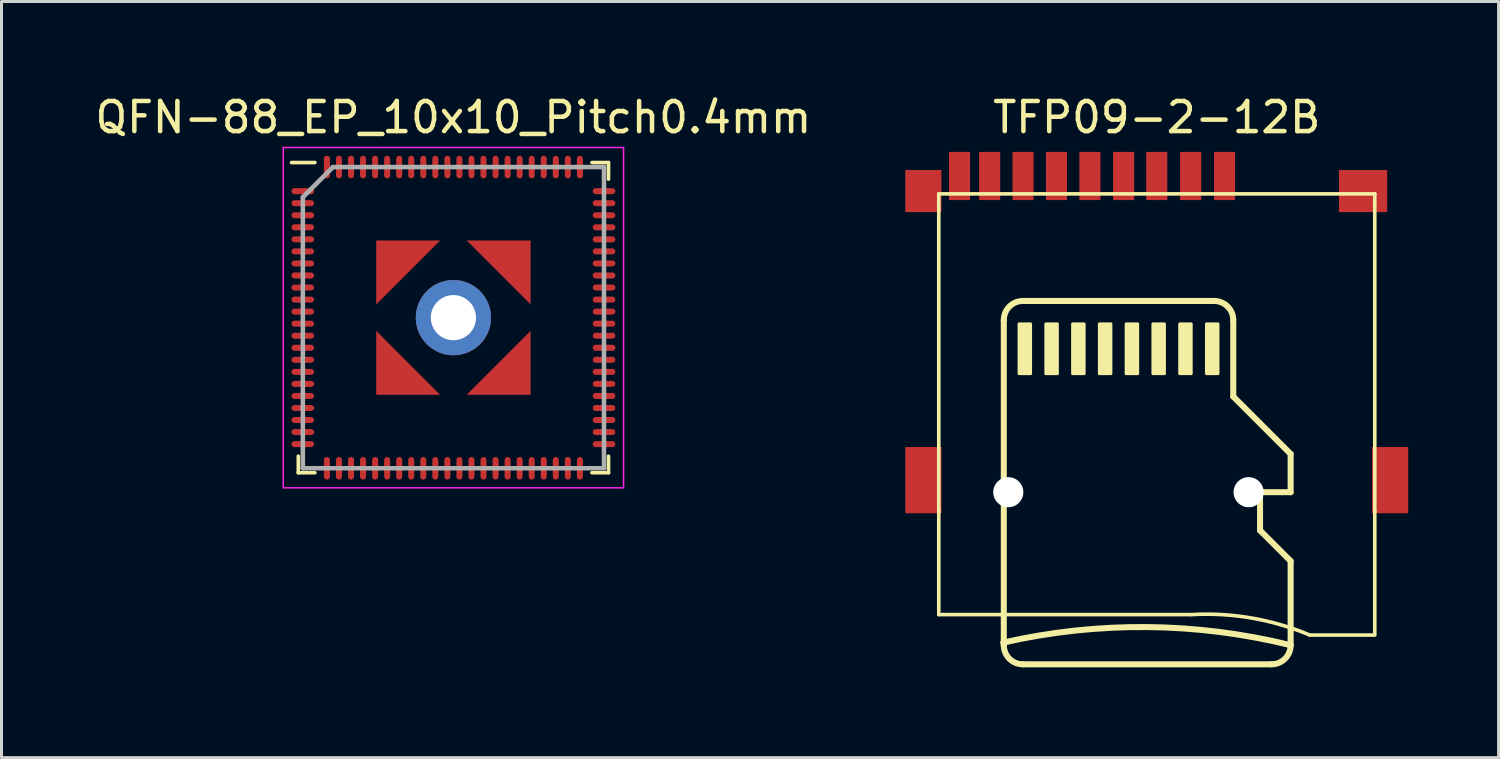
<source format=kicad_pcb>
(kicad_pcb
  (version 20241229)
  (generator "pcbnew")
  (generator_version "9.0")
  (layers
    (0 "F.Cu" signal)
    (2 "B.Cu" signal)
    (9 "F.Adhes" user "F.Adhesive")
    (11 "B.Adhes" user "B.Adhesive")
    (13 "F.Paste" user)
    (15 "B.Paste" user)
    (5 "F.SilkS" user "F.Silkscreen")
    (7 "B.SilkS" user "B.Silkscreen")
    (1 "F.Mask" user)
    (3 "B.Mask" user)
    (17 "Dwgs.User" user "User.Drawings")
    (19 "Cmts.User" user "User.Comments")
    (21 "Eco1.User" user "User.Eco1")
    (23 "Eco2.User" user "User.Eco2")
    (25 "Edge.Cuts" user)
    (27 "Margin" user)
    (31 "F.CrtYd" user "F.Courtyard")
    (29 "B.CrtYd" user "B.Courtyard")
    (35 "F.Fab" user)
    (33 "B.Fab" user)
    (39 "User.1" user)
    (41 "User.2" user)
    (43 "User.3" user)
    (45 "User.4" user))
  (footprint "TFP09-2-12B"
    (layer "F.Cu")
    (at 35.362 13.294)
    (property "Reference" "TFP09-2-12B" (at 0 -12.446 0) (layer "F.SilkS") (effects (font (size 1 1) (thickness 0.15))))
    (attr through_hole)
    (fp_line (start -7.239 -9.906) (end -7.239 0.635) (stroke (width 0.12) (type solid)) (layer "F.SilkS"))
    (fp_line (start -7.239 -9.906) (end 7.239 -9.906) (stroke (width 0.12) (type solid)) (layer "F.SilkS"))
    (fp_line (start -7.239 4.064) (end -7.239 0.635) (stroke (width 0.12) (type solid)) (layer "F.SilkS"))
    (fp_line (start -5.08 5.08) (end -5.08 -5.715) (stroke (width 0.2) (type solid)) (layer "F.SilkS"))
    (fp_line (start -4.445 -6.35) (end 1.905 -6.35) (stroke (width 0.2) (type solid)) (layer "F.SilkS"))
    (fp_line (start 1.143 4.064) (end -7.239 4.064) (stroke (width 0.12) (type solid)) (layer "F.SilkS"))
    (fp_line (start 2.54 -5.715) (end 2.54 -3.175) (stroke (width 0.2) (type solid)) (layer "F.SilkS"))
    (fp_line (start 2.54 -3.175) (end 4.445 -1.27) (stroke (width 0.2) (type solid)) (layer "F.SilkS"))
    (fp_line (start 3.429 0) (end 3.429 1.27) (stroke (width 0.2) (type solid)) (layer "F.SilkS"))
    (fp_line (start 3.429 1.27) (end 4.445 2.286) (stroke (width 0.2) (type solid)) (layer "F.SilkS"))
    (fp_line (start 3.81 5.715) (end -4.445 5.715) (stroke (width 0.2) (type solid)) (layer "F.SilkS"))
    (fp_line (start 4.445 -1.27) (end 4.445 0) (stroke (width 0.2) (type solid)) (layer "F.SilkS"))
    (fp_line (start 4.445 0) (end 3.429 0) (stroke (width 0.2) (type solid)) (layer "F.SilkS"))
    (fp_line (start 4.445 2.286) (end 4.445 5.08) (stroke (width 0.2) (type solid)) (layer "F.SilkS"))
    (fp_line (start 5.08 4.744) (end 7.239 4.744) (stroke (width 0.12) (type solid)) (layer "F.SilkS"))
    (fp_line (start 7.239 -9.906) (end 7.239 0.635) (stroke (width 0.12) (type solid)) (layer "F.SilkS"))
    (fp_line (start 7.239 0.635) (end 7.239 4.699) (stroke (width 0.12) (type solid)) (layer "F.SilkS"))
    (fp_arc (start -5.099167 4.994134) (mid -0.322059 4.478587) (end 4.444999 5.080001) (stroke (width 0.2) (type solid)) (layer "F.SilkS"))
    (fp_arc (start -5.08 -5.715) (mid -4.894013 -6.164013) (end -4.445 -6.35) (stroke (width 0.2) (type solid)) (layer "F.SilkS"))
    (fp_arc (start -4.445 5.715) (mid -4.894013 5.529013) (end -5.08 5.08) (stroke (width 0.2) (type solid)) (layer "F.SilkS"))
    (fp_arc (start 1.161661 4.064) (mid 3.159656 4.180377) (end 5.08 4.744119) (stroke (width 0.12) (type solid)) (layer "F.SilkS"))
    (fp_arc (start 1.905 -6.35) (mid 2.354013 -6.164013) (end 2.54 -5.715) (stroke (width 0.2) (type solid)) (layer "F.SilkS"))
    (fp_arc (start 4.445 5.08) (mid 4.259013 5.529013) (end 3.81 5.715) (stroke (width 0.2) (type solid)) (layer "F.SilkS"))
    (fp_poly (pts (xy -4.191 -3.937) (xy -4.572 -3.937) (xy -4.572 -5.588) (xy -4.191 -5.588)) (stroke (width 0.1) (type solid)) (fill yes) (layer "F.SilkS"))
    (fp_poly (pts (xy -3.302 -3.937) (xy -3.683 -3.937) (xy -3.683 -5.588) (xy -3.302 -5.588)) (stroke (width 0.1) (type solid)) (fill yes) (layer "F.SilkS"))
    (fp_poly (pts (xy -2.413 -3.937) (xy -2.794 -3.937) (xy -2.794 -5.588) (xy -2.413 -5.588)) (stroke (width 0.1) (type solid)) (fill yes) (layer "F.SilkS"))
    (fp_poly (pts (xy -1.524 -3.937) (xy -1.905 -3.937) (xy -1.905 -5.588) (xy -1.524 -5.588)) (stroke (width 0.1) (type solid)) (fill yes) (layer "F.SilkS"))
    (fp_poly (pts (xy -0.635 -3.937) (xy -1.016 -3.937) (xy -1.016 -5.588) (xy -0.635 -5.588)) (stroke (width 0.1) (type solid)) (fill yes) (layer "F.SilkS"))
    (fp_poly (pts (xy 0.254 -3.937) (xy -0.127 -3.937) (xy -0.127 -5.588) (xy 0.254 -5.588)) (stroke (width 0.1) (type solid)) (fill yes) (layer "F.SilkS"))
    (fp_poly (pts (xy 1.143 -3.937) (xy 0.762 -3.937) (xy 0.762 -5.588) (xy 1.143 -5.588)) (stroke (width 0.1) (type solid)) (fill yes) (layer "F.SilkS"))
    (fp_poly (pts (xy 2.032 -3.937) (xy 1.651 -3.937) (xy 1.651 -5.588) (xy 2.032 -5.588)) (stroke (width 0.1) (type solid)) (fill yes) (layer "F.SilkS"))
    (pad "" np_thru_hole circle (at -4.93 0) (size 1 1) (drill 1) (layers "*.Cu" "*.Mask"))
    (pad "" np_thru_hole circle (at 3.05 0) (size 1 1) (drill 1) (layers "*.Cu" "*.Mask"))
    (pad "1" smd rect (at 2.25 -10.5) (size 0.7 1.6) (layers "F.Cu" "F.Mask" "F.Paste"))
    (pad "2" smd rect (at 1.125 -10.5) (size 0.7 1.6) (layers "F.Cu" "F.Mask" "F.Paste"))
    (pad "3" smd rect (at 0 -10.5) (size 0.7 1.6) (layers "F.Cu" "F.Mask" "F.Paste"))
    (pad "4" smd rect (at -1.1 -10.5) (size 0.7 1.6) (layers "F.Cu" "F.Mask" "F.Paste"))
    (pad "5" smd rect (at -2.22 -10.5) (size 0.7 1.6) (layers "F.Cu" "F.Mask" "F.Paste"))
    (pad "6" smd rect (at -3.33 -10.5) (size 0.7 1.6) (layers "F.Cu" "F.Mask" "F.Paste"))
    (pad "7" smd rect (at -4.44 -10.5) (size 0.7 1.6) (layers "F.Cu" "F.Mask" "F.Paste"))
    (pad "8" smd rect (at -5.55 -10.5) (size 0.7 1.6) (layers "F.Cu" "F.Mask" "F.Paste"))
    (pad "Cd" smd rect (at -6.55 -10.5) (size 0.7 1.6) (layers "F.Cu" "F.Mask" "F.Paste"))
    (pad "G" smd rect (at -7.75 -10) (size 1.2 1.4) (layers "F.Cu" "F.Mask" "F.Paste"))
    (pad "S" smd rect (at 6.85 -10) (size 1.6 1.4) (layers "F.Cu" "F.Mask" "F.Paste"))
    (pad "S0" smd rect (at 7.75 -0.4) (size 1.2 2.2) (layers "F.Cu" "F.Mask" "F.Paste"))
    (pad "S1" smd rect (at -7.75 -0.4) (size 1.2 2.2) (layers "F.Cu" "F.Mask" "F.Paste")))
  (footprint "QFN-88_EP_10x10_Pitch0.4mm"
    (layer "F.Cu")
    (at 12.006 7.498)
    (property "Reference" "QFN-88_EP_10x10_Pitch0.4mm" (at 0 -6.65 0) (layer "F.SilkS") (effects (font (size 1 1) (thickness 0.15))))
    (attr smd)
    (fp_line (start -5.15 5.15) (end -5.15 4.6) (stroke (width 0.12) (type solid)) (layer "F.SilkS"))
    (fp_line (start -4.6 -5.15) (end -5.375 -5.15) (stroke (width 0.12) (type solid)) (layer "F.SilkS"))
    (fp_line (start -4.6 5.15) (end -5.15 5.15) (stroke (width 0.12) (type solid)) (layer "F.SilkS"))
    (fp_line (start 4.6 -5.15) (end 5.15 -5.15) (stroke (width 0.12) (type solid)) (layer "F.SilkS"))
    (fp_line (start 4.6 5.15) (end 5.15 5.15) (stroke (width 0.12) (type solid)) (layer "F.SilkS"))
    (fp_line (start 5.15 -5.15) (end 5.15 -4.6) (stroke (width 0.12) (type solid)) (layer "F.SilkS"))
    (fp_line (start 5.15 5.15) (end 5.15 4.6) (stroke (width 0.12) (type solid)) (layer "F.SilkS"))
    (fp_line (start -5.65 -5.65) (end 5.65 -5.65) (stroke (width 0.05) (type solid)) (layer "F.CrtYd"))
    (fp_line (start -5.65 5.65) (end -5.65 -5.65) (stroke (width 0.05) (type solid)) (layer "F.CrtYd"))
    (fp_line (start 5.65 -5.65) (end 5.65 5.65) (stroke (width 0.05) (type solid)) (layer "F.CrtYd"))
    (fp_line (start 5.65 5.65) (end -5.65 5.65) (stroke (width 0.05) (type solid)) (layer "F.CrtYd"))
    (fp_line (start -5 -4) (end -5 5) (stroke (width 0.15) (type solid)) (layer "F.Fab"))
    (fp_line (start -5 5) (end 5 5) (stroke (width 0.15) (type solid)) (layer "F.Fab"))
    (fp_line (start -4 -5) (end -5 -4) (stroke (width 0.15) (type solid)) (layer "F.Fab"))
    (fp_line (start 5 -5) (end -4 -5) (stroke (width 0.15) (type solid)) (layer "F.Fab"))
    (fp_line (start 5 5) (end 5 -5) (stroke (width 0.15) (type solid)) (layer "F.Fab"))
    (pad "1" smd oval (at -5.002 -4.2 90) (size 0.2 0.75) (layers "F.Cu" "F.Mask" "F.Paste"))
    (pad "2" smd oval (at -5.002 -3.8 90) (size 0.2 0.75) (layers "F.Cu" "F.Mask" "F.Paste"))
    (pad "3" smd oval (at -5.002 -3.4 90) (size 0.2 0.75) (layers "F.Cu" "F.Mask" "F.Paste"))
    (pad "4" smd oval (at -5.002 -3 90) (size 0.2 0.75) (layers "F.Cu" "F.Mask" "F.Paste"))
    (pad "5" smd oval (at -5.002 -2.6 90) (size 0.2 0.75) (layers "F.Cu" "F.Mask" "F.Paste"))
    (pad "6" smd oval (at -5.002 -2.2 90) (size 0.2 0.75) (layers "F.Cu" "F.Mask" "F.Paste"))
    (pad "7" smd oval (at -5.002 -1.8 90) (size 0.2 0.75) (layers "F.Cu" "F.Mask" "F.Paste"))
    (pad "8" smd oval (at -5.002 -1.4 90) (size 0.2 0.75) (layers "F.Cu" "F.Mask" "F.Paste"))
    (pad "9" smd oval (at -5.002 -1 90) (size 0.2 0.75) (layers "F.Cu" "F.Mask" "F.Paste"))
    (pad "10" smd oval (at -5.002 -0.6 90) (size 0.2 0.75) (layers "F.Cu" "F.Mask" "F.Paste"))
    (pad "11" smd oval (at -5.002 -0.2 90) (size 0.2 0.75) (layers "F.Cu" "F.Mask" "F.Paste"))
    (pad "12" smd oval (at -5.002 0.2 90) (size 0.2 0.75) (layers "F.Cu" "F.Mask" "F.Paste"))
    (pad "13" smd oval (at -5.002 0.6 90) (size 0.2 0.75) (layers "F.Cu" "F.Mask" "F.Paste"))
    (pad "14" smd oval (at -5.002 1 90) (size 0.2 0.75) (layers "F.Cu" "F.Mask" "F.Paste"))
    (pad "15" smd oval (at -5.002 1.4 90) (size 0.2 0.75) (layers "F.Cu" "F.Mask" "F.Paste"))
    (pad "16" smd oval (at -5.002 1.8 90) (size 0.2 0.75) (layers "F.Cu" "F.Mask" "F.Paste"))
    (pad "17" smd oval (at -5.002 2.2 90) (size 0.2 0.75) (layers "F.Cu" "F.Mask" "F.Paste"))
    (pad "18" smd oval (at -5.002 2.6 90) (size 0.2 0.75) (layers "F.Cu" "F.Mask" "F.Paste"))
    (pad "19" smd oval (at -5.002 3 90) (size 0.2 0.75) (layers "F.Cu" "F.Mask" "F.Paste"))
    (pad "20" smd oval (at -5.002 3.4 90) (size 0.2 0.75) (layers "F.Cu" "F.Mask" "F.Paste"))
    (pad "21" smd oval (at -5.002 3.8 90) (size 0.2 0.75) (layers "F.Cu" "F.Mask" "F.Paste"))
    (pad "22" smd oval (at -5.002 4.2 90) (size 0.2 0.75) (layers "F.Cu" "F.Mask" "F.Paste"))
    (pad "23" smd oval (at -4.2 5.002) (size 0.2 0.75) (layers "F.Cu" "F.Mask" "F.Paste"))
    (pad "24" smd oval (at -3.8 5.002) (size 0.2 0.75) (layers "F.Cu" "F.Mask" "F.Paste"))
    (pad "25" smd oval (at -3.4 5.002) (size 0.2 0.75) (layers "F.Cu" "F.Mask" "F.Paste"))
    (pad "26" smd oval (at -3 5.002) (size 0.2 0.75) (layers "F.Cu" "F.Mask" "F.Paste"))
    (pad "27" smd oval (at -2.6 5.002) (size 0.2 0.75) (layers "F.Cu" "F.Mask" "F.Paste"))
    (pad "28" smd oval (at -2.2 5.002) (size 0.2 0.75) (layers "F.Cu" "F.Mask" "F.Paste"))
    (pad "29" smd oval (at -1.8 5.002) (size 0.2 0.75) (layers "F.Cu" "F.Mask" "F.Paste"))
    (pad "30" smd oval (at -1.4 5.002) (size 0.2 0.75) (layers "F.Cu" "F.Mask" "F.Paste"))
    (pad "31" smd oval (at -1 5.002) (size 0.2 0.75) (layers "F.Cu" "F.Mask" "F.Paste"))
    (pad "32" smd oval (at -0.6 5.002) (size 0.2 0.75) (layers "F.Cu" "F.Mask" "F.Paste"))
    (pad "33" smd oval (at -0.2 5.002) (size 0.2 0.75) (layers "F.Cu" "F.Mask" "F.Paste"))
    (pad "34" smd oval (at 0.2 5.002) (size 0.2 0.75) (layers "F.Cu" "F.Mask" "F.Paste"))
    (pad "35" smd oval (at 0.6 5.002) (size 0.2 0.75) (layers "F.Cu" "F.Mask" "F.Paste"))
    (pad "36" smd oval (at 1 5.002) (size 0.2 0.75) (layers "F.Cu" "F.Mask" "F.Paste"))
    (pad "37" smd oval (at 1.4 5.002) (size 0.2 0.75) (layers "F.Cu" "F.Mask" "F.Paste"))
    (pad "38" smd oval (at 1.8 5.002) (size 0.2 0.75) (layers "F.Cu" "F.Mask" "F.Paste"))
    (pad "39" smd oval (at 2.2 5.002) (size 0.2 0.75) (layers "F.Cu" "F.Mask" "F.Paste"))
    (pad "40" smd oval (at 2.6 5.002) (size 0.2 0.75) (layers "F.Cu" "F.Mask" "F.Paste"))
    (pad "41" smd oval (at 3 5.002) (size 0.2 0.75) (layers "F.Cu" "F.Mask" "F.Paste"))
    (pad "42" smd oval (at 3.4 5.002) (size 0.2 0.75) (layers "F.Cu" "F.Mask" "F.Paste"))
    (pad "43" smd oval (at 3.8 5.002) (size 0.2 0.75) (layers "F.Cu" "F.Mask" "F.Paste"))
    (pad "44" smd oval (at 4.2 5.002) (size 0.2 0.75) (layers "F.Cu" "F.Mask" "F.Paste"))
    (pad "45" smd oval (at 5.002 4.2 90) (size 0.2 0.75) (layers "F.Cu" "F.Mask" "F.Paste"))
    (pad "46" smd oval (at 5.002 3.8 90) (size 0.2 0.75) (layers "F.Cu" "F.Mask" "F.Paste"))
    (pad "47" smd oval (at 5.002 3.4 90) (size 0.2 0.75) (layers "F.Cu" "F.Mask" "F.Paste"))
    (pad "48" smd oval (at 5.002 3 90) (size 0.2 0.75) (layers "F.Cu" "F.Mask" "F.Paste"))
    (pad "49" smd oval (at 5.002 2.6 90) (size 0.2 0.75) (layers "F.Cu" "F.Mask" "F.Paste"))
    (pad "50" smd oval (at 5.002 2.2 90) (size 0.2 0.75) (layers "F.Cu" "F.Mask" "F.Paste"))
    (pad "51" smd oval (at 5.002 1.8 90) (size 0.2 0.75) (layers "F.Cu" "F.Mask" "F.Paste"))
    (pad "52" smd oval (at 5.002 1.4 90) (size 0.2 0.75) (layers "F.Cu" "F.Mask" "F.Paste"))
    (pad "53" smd oval (at 5.002 1 90) (size 0.2 0.75) (layers "F.Cu" "F.Mask" "F.Paste"))
    (pad "54" smd oval (at 5.002 0.6 90) (size 0.2 0.75) (layers "F.Cu" "F.Mask" "F.Paste"))
    (pad "55" smd oval (at 5.002 0.2 90) (size 0.2 0.75) (layers "F.Cu" "F.Mask" "F.Paste"))
    (pad "56" smd oval (at 5.002 -0.2 90) (size 0.2 0.75) (layers "F.Cu" "F.Mask" "F.Paste"))
    (pad "57" smd oval (at 5.002 -0.6 90) (size 0.2 0.75) (layers "F.Cu" "F.Mask" "F.Paste"))
    (pad "58" smd oval (at 5.002 -1 90) (size 0.2 0.75) (layers "F.Cu" "F.Mask" "F.Paste"))
    (pad "59" smd oval (at 5.002 -1.4 90) (size 0.2 0.75) (layers "F.Cu" "F.Mask" "F.Paste"))
    (pad "60" smd oval (at 5.002 -1.8 90) (size 0.2 0.75) (layers "F.Cu" "F.Mask" "F.Paste"))
    (pad "61" smd oval (at 5.002 -2.2 90) (size 0.2 0.75) (layers "F.Cu" "F.Mask" "F.Paste"))
    (pad "62" smd oval (at 5.002 -2.6 90) (size 0.2 0.75) (layers "F.Cu" "F.Mask" "F.Paste"))
    (pad "63" smd oval (at 5.002 -3 90) (size 0.2 0.75) (layers "F.Cu" "F.Mask" "F.Paste"))
    (pad "64" smd oval (at 5.002 -3.4 90) (size 0.2 0.75) (layers "F.Cu" "F.Mask" "F.Paste"))
    (pad "65" smd oval (at 5.002 -3.8 90) (size 0.2 0.75) (layers "F.Cu" "F.Mask" "F.Paste"))
    (pad "66" smd oval (at 5.002 -4.2 90) (size 0.2 0.75) (layers "F.Cu" "F.Mask" "F.Paste"))
    (pad "67" smd oval (at 4.2 -5.002) (size 0.2 0.75) (layers "F.Cu" "F.Mask" "F.Paste"))
    (pad "68" smd oval (at 3.8 -5.002) (size 0.2 0.75) (layers "F.Cu" "F.Mask" "F.Paste"))
    (pad "69" smd oval (at 3.4 -5.002) (size 0.2 0.75) (layers "F.Cu" "F.Mask" "F.Paste"))
    (pad "70" smd oval (at 3 -5.002) (size 0.2 0.75) (layers "F.Cu" "F.Mask" "F.Paste"))
    (pad "71" smd oval (at 2.6 -5.002) (size 0.2 0.75) (layers "F.Cu" "F.Mask" "F.Paste"))
    (pad "72" smd oval (at 2.2 -5.002) (size 0.2 0.75) (layers "F.Cu" "F.Mask" "F.Paste"))
    (pad "73" smd oval (at 1.8 -5.002) (size 0.2 0.75) (layers "F.Cu" "F.Mask" "F.Paste"))
    (pad "74" smd oval (at 1.4 -5.002) (size 0.2 0.75) (layers "F.Cu" "F.Mask" "F.Paste"))
    (pad "75" smd oval (at 1 -5.002) (size 0.2 0.75) (layers "F.Cu" "F.Mask" "F.Paste"))
    (pad "76" smd oval (at 0.6 -5.002) (size 0.2 0.75) (layers "F.Cu" "F.Mask" "F.Paste"))
    (pad "77" smd oval (at 0.2 -5.002) (size 0.2 0.75) (layers "F.Cu" "F.Mask" "F.Paste"))
    (pad "78" smd oval (at -0.2 -5.002) (size 0.2 0.75) (layers "F.Cu" "F.Mask" "F.Paste"))
    (pad "79" smd oval (at -0.6 -5.002) (size 0.2 0.75) (layers "F.Cu" "F.Mask" "F.Paste"))
    (pad "80" smd oval (at -1 -5.002) (size 0.2 0.75) (layers "F.Cu" "F.Mask" "F.Paste"))
    (pad "81" smd oval (at -1.4 -5.002) (size 0.2 0.75) (layers "F.Cu" "F.Mask" "F.Paste"))
    (pad "82" smd oval (at -1.8 -5.002) (size 0.2 0.75) (layers "F.Cu" "F.Mask" "F.Paste"))
    (pad "83" smd oval (at -2.2 -5.002) (size 0.2 0.75) (layers "F.Cu" "F.Mask" "F.Paste"))
    (pad "84" smd oval (at -2.6 -5.002) (size 0.2 0.75) (layers "F.Cu" "F.Mask" "F.Paste"))
    (pad "85" smd oval (at -3 -5.002) (size 0.2 0.75) (layers "F.Cu" "F.Mask" "F.Paste"))
    (pad "86" smd oval (at -3.4 -5.002) (size 0.2 0.75) (layers "F.Cu" "F.Mask" "F.Paste"))
    (pad "87" smd oval (at -3.8 -5.002) (size 0.2 0.75) (layers "F.Cu" "F.Mask" "F.Paste"))
    (pad "88" smd oval (at -4.2 -5.002) (size 0.2 0.75) (layers "F.Cu" "F.Mask" "F.Paste"))
    (pad "89" smd trapezoid (at -2.032 -2.032 45) (size 1.5 1.5) (rect_delta 0 1.5) (layers "F.Cu" "F.Mask" "F.Paste"))
    (pad "89" smd trapezoid (at -2.032 2.032 135) (size 1.5 1.5) (rect_delta 0 1.5) (layers "F.Cu" "F.Mask" "F.Paste"))
    (pad "89" thru_hole circle (at 0 0) (size 2.5 2.5) (drill 1.5) (layers "*.Cu" "*.Mask"))
    (pad "89" smd trapezoid (at 2.032 -2.032 45) (size 1.5 1.5) (rect_delta 1.5 0) (layers "F.Cu" "F.Mask" "F.Paste"))
    (pad "89" smd trapezoid (at 2.032 2.032 315) (size 1.5 1.5) (rect_delta 1.5 0) (layers "F.Cu" "F.Mask" "F.Paste")))
  (gr_rect
    (start -3 -3)
    (end 46.712 22.109)
    (stroke (width 0.1) (type default))
    (fill no)
    (layer "Edge.Cuts")))
</source>
